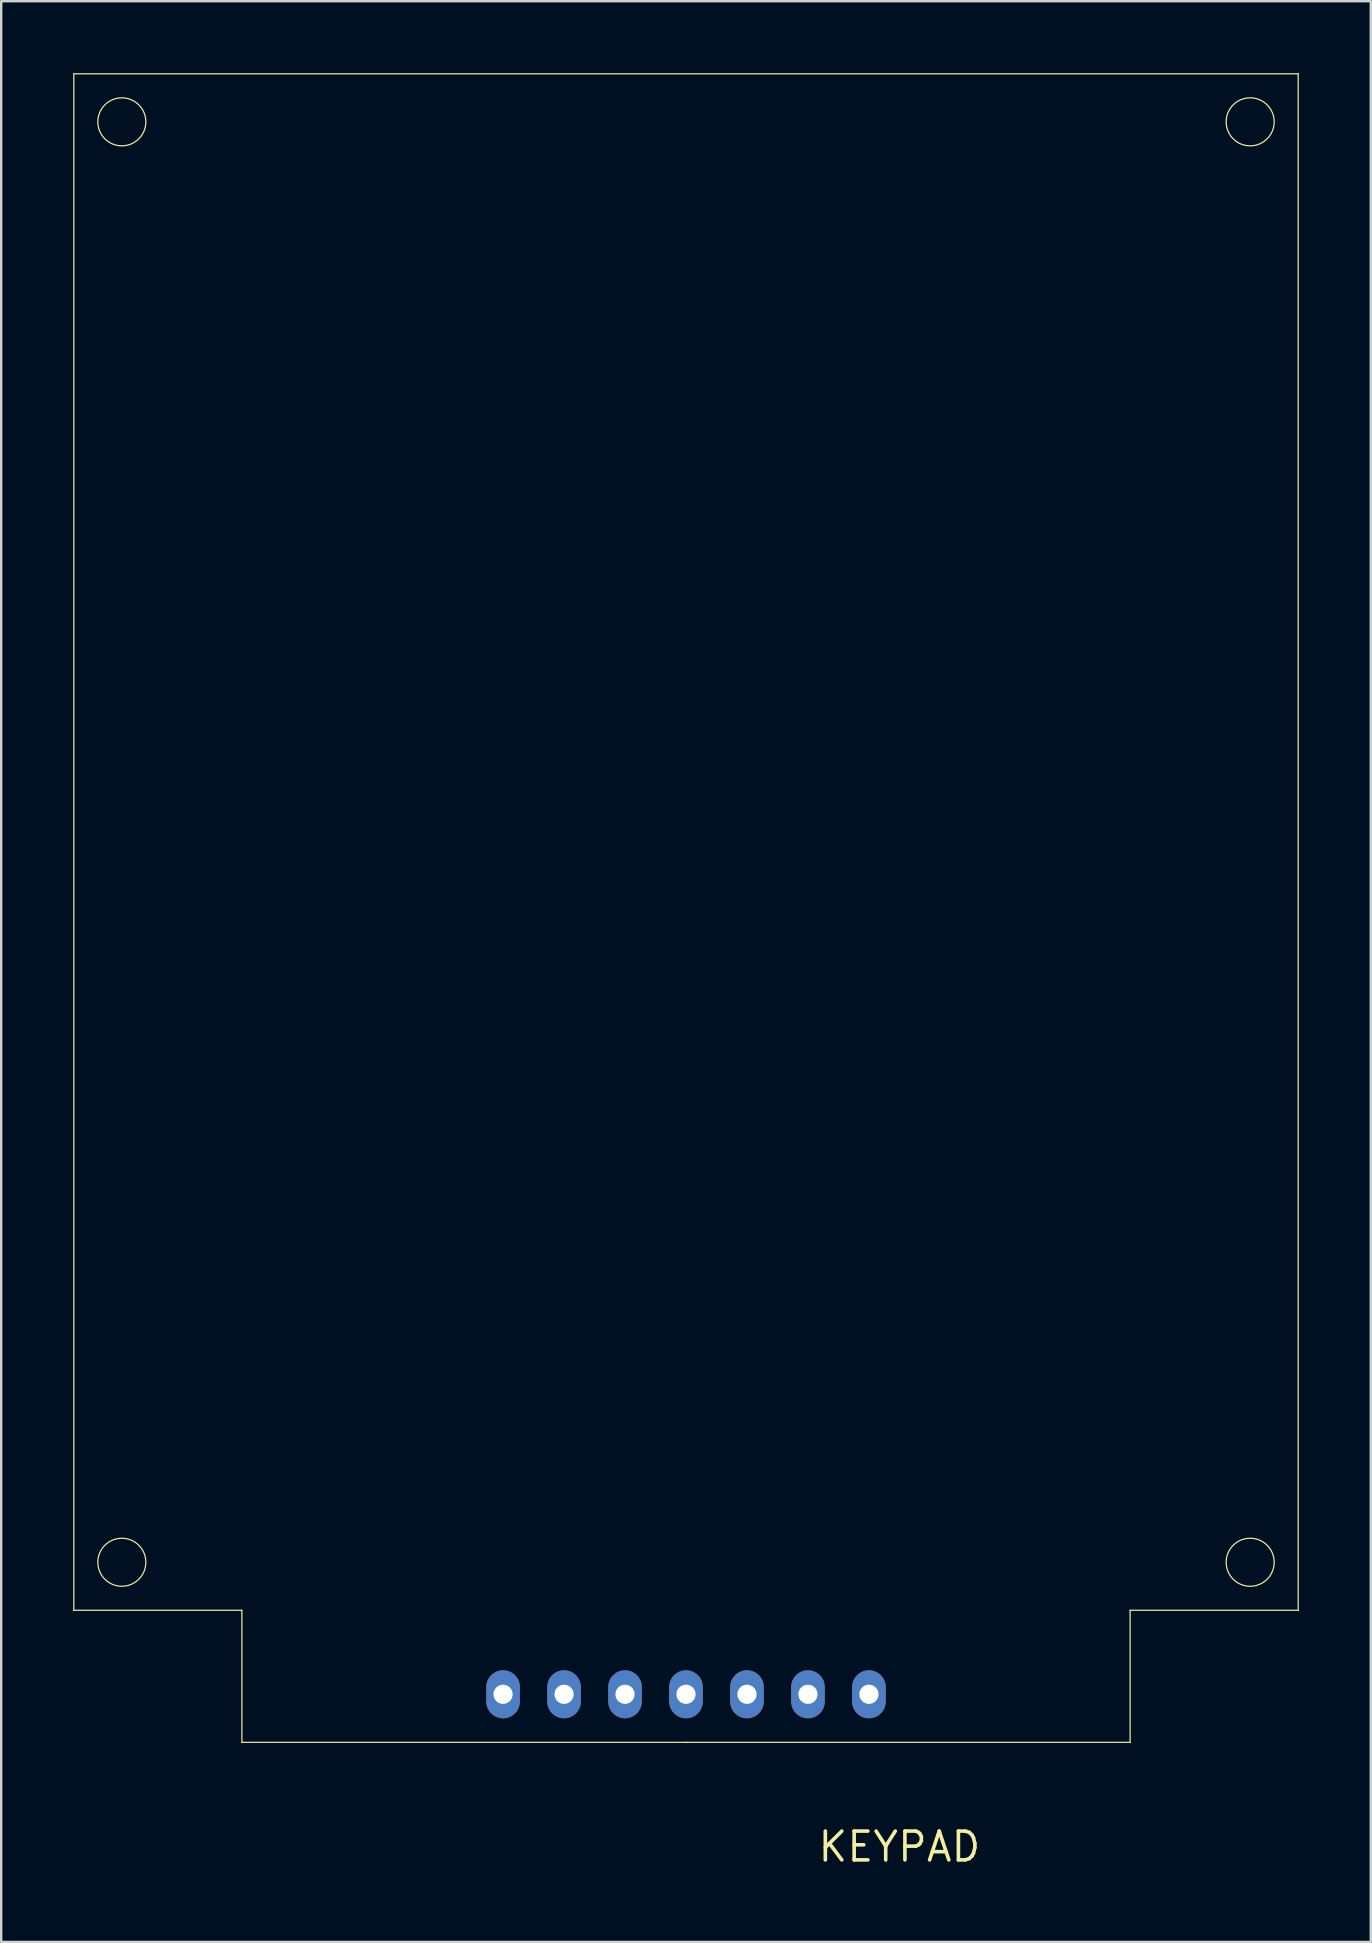
<source format=kicad_pcb>
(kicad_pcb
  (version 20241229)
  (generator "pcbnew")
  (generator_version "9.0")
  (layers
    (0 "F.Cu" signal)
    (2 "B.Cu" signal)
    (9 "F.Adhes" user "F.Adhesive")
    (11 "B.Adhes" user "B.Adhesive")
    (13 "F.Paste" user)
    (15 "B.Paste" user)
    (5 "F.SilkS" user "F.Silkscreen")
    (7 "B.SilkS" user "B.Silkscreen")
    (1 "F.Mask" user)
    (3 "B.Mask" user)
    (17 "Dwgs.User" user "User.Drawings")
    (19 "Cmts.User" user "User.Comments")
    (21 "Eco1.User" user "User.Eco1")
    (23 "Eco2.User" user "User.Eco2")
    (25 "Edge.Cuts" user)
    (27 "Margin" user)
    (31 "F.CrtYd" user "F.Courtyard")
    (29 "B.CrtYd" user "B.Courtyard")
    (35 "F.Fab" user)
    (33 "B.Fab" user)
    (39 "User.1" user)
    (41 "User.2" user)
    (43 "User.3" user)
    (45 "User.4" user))
  (footprint "KEYPAD"
    (layer "F.Cu")
    (at 25.525 67.525)
    (property "Reference" "KEYPAD" (at 8.89 6.35 0) (layer "F.SilkS") (effects (font (size 1.2 1.2) (thickness 0.15))))
    (attr through_hole)
    (fp_line (start -25.5 -67.5) (end -25.5 -3.5) (stroke (width 0.05) (type solid)) (layer "F.SilkS"))
    (fp_line (start -25.5 -3.5) (end -18.5 -3.5) (stroke (width 0.05) (type solid)) (layer "F.SilkS"))
    (fp_line (start -18.5 2) (end -18.5 -3.5) (stroke (width 0.05) (type solid)) (layer "F.SilkS"))
    (fp_line (start 0 2) (end -18.5 2) (stroke (width 0.05) (type solid)) (layer "F.SilkS"))
    (fp_line (start 0 2) (end 18.5 2) (stroke (width 0.05) (type solid)) (layer "F.SilkS"))
    (fp_line (start 18.5 -3.5) (end 25.5 -3.5) (stroke (width 0.05) (type solid)) (layer "F.SilkS"))
    (fp_line (start 18.5 2) (end 18.5 -3.5) (stroke (width 0.05) (type solid)) (layer "F.SilkS"))
    (fp_line (start 25.5 -67.5) (end -25.5 -67.5) (stroke (width 0.05) (type solid)) (layer "F.SilkS"))
    (fp_line (start 25.5 -3.5) (end 25.5 -67.5) (stroke (width 0.05) (type solid)) (layer "F.SilkS"))
    (fp_circle (center -23.5 -65.5) (end -22.5 -65.5) (stroke (width 0.05) (type solid)) (fill no) (layer "F.SilkS"))
    (fp_circle (center -23.5 -5.5) (end -24.5 -5.5) (stroke (width 0.05) (type solid)) (fill no) (layer "F.SilkS"))
    (fp_circle (center 23.5 -65.5) (end 24.5 -65.5) (stroke (width 0.05) (type solid)) (fill no) (layer "F.SilkS"))
    (fp_circle (center 23.5 -5.5) (end 24.5 -5.5) (stroke (width 0.05) (type solid)) (fill no) (layer "F.SilkS"))
    (pad "1" thru_hole oval (at -7.62 0) (size 1.4 2) (drill 0.8) (layers "*.Cu" "*.Mask"))
    (pad "2" thru_hole oval (at -5.08 0) (size 1.4 2) (drill 0.8) (layers "*.Cu" "*.Mask"))
    (pad "3" thru_hole oval (at -2.54 0) (size 1.4 2) (drill 0.8) (layers "*.Cu" "*.Mask"))
    (pad "4" thru_hole oval (at 0 0) (size 1.4 2) (drill 0.8) (layers "*.Cu" "*.Mask"))
    (pad "5" thru_hole oval (at 2.54 0) (size 1.4 2) (drill 0.8) (layers "*.Cu" "*.Mask"))
    (pad "6" thru_hole oval (at 5.08 0) (size 1.4 2) (drill 0.8) (layers "*.Cu" "*.Mask"))
    (pad "7" thru_hole oval (at 7.62 0) (size 1.4 2) (drill 0.8) (layers "*.Cu" "*.Mask")))
  (gr_rect
    (start -3 -3)
    (end 54.05 77.84)
    (stroke (width 0.1) (type default))
    (fill no)
    (layer "Edge.Cuts")))
</source>
